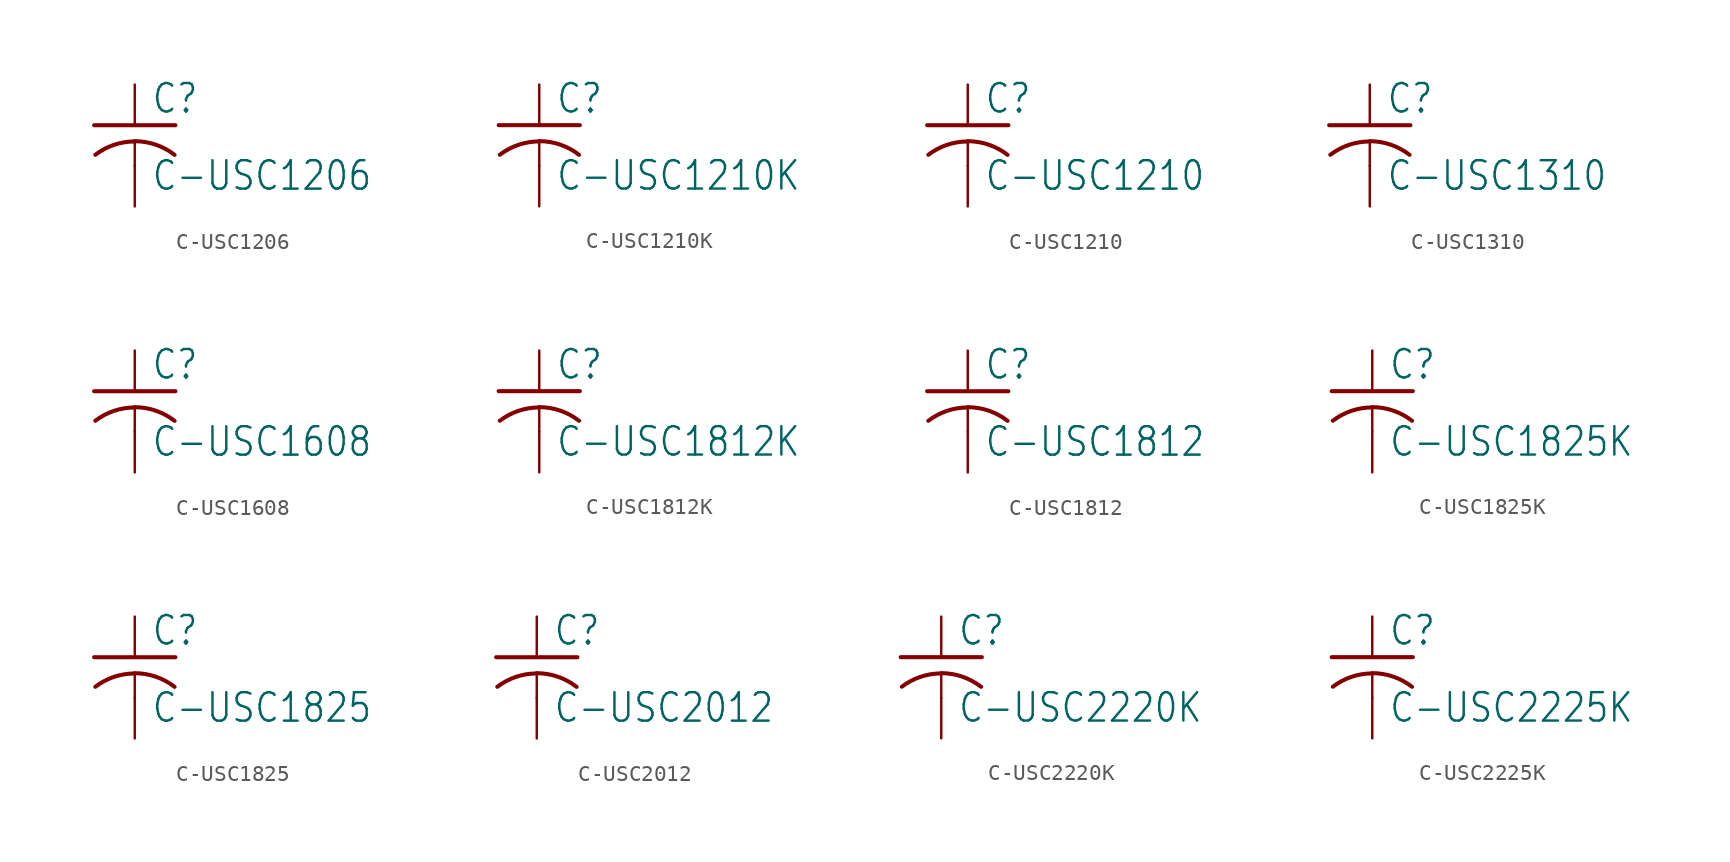
<source format=kicad_sym>
(kicad_symbol_lib
  (version 20211014)
  (generator kicad_symbol_editor)
  (symbol "C-USC1206"
    (property "Reference" "C"
      (at 1.016 0.635 0)
      (effects (font (size 1.778 1.511)) (justify left bottom)))
    (property "Value" "C-USC1206"
      (at 1.016 -4.191 0)
      (effects (font (size 1.778 1.511)) (justify left bottom)))
    (property "ki_locked" ""
      (at 0 0 0)
      (effects (font (size 1.27 1.27))))
    (symbol "C-USC1206_1_0"
      (arc (start 0 -1.0161) (mid -1.302 -1.2303) (end -2.4668 -1.8504) (stroke (width 0.254) (type default) (color 0 0 0 0)) (fill (type none)))
      (polyline (pts (xy -2.54 0) (xy 2.54 0)) (stroke (width 0.254) (type default) (color 0 0 0 0)) (fill (type none)))
      (polyline (pts (xy 0 -1.016) (xy 0 -2.54)) (stroke (width 0.152) (type default) (color 0 0 0 0)) (fill (type none)))
      (polyline (pts (xy 0 -1.016) (xy 0 -1.016)) (stroke (width 0.152) (type default) (color 0 0 0 0)) (fill (type none)))
      (arc (start 2.4892 -1.8542) (mid 1.3158 -1.2195) (end 0 -1) (stroke (width 0.254) (type default) (color 0 0 0 0)) (fill (type none)))
      (pin passive line (at 0 2.54 270) (length 2.54) (name "1" (effects (font (size 0 0)))) (number "1" (effects (font (size 0 0)))))
      (pin passive line (at 0 -5.08 90) (length 2.54) (name "2" (effects (font (size 0 0)))) (number "2" (effects (font (size 0 0)))))))
  (symbol "C-USC1210K"
    (property "Reference" "C"
      (at 1.016 0.635 0)
      (effects (font (size 1.778 1.511)) (justify left bottom)))
    (property "Value" "C-USC1210K"
      (at 1.016 -4.191 0)
      (effects (font (size 1.778 1.511)) (justify left bottom)))
    (property "ki_locked" ""
      (at 0 0 0)
      (effects (font (size 1.27 1.27))))
    (symbol "C-USC1210K_1_0"
      (arc (start 0 -1.0161) (mid -1.302 -1.2303) (end -2.4668 -1.8504) (stroke (width 0.254) (type default) (color 0 0 0 0)) (fill (type none)))
      (polyline (pts (xy -2.54 0) (xy 2.54 0)) (stroke (width 0.254) (type default) (color 0 0 0 0)) (fill (type none)))
      (polyline (pts (xy 0 -1.016) (xy 0 -2.54)) (stroke (width 0.152) (type default) (color 0 0 0 0)) (fill (type none)))
      (polyline (pts (xy 0 -1.016) (xy 0 -1.016)) (stroke (width 0.152) (type default) (color 0 0 0 0)) (fill (type none)))
      (arc (start 2.4892 -1.8542) (mid 1.3158 -1.2195) (end 0 -1) (stroke (width 0.254) (type default) (color 0 0 0 0)) (fill (type none)))
      (pin passive line (at 0 2.54 270) (length 2.54) (name "1" (effects (font (size 0 0)))) (number "1" (effects (font (size 0 0)))))
      (pin passive line (at 0 -5.08 90) (length 2.54) (name "2" (effects (font (size 0 0)))) (number "2" (effects (font (size 0 0)))))))
  (symbol "C-USC1210"
    (property "Reference" "C"
      (at 1.016 0.635 0)
      (effects (font (size 1.778 1.511)) (justify left bottom)))
    (property "Value" "C-USC1210"
      (at 1.016 -4.191 0)
      (effects (font (size 1.778 1.511)) (justify left bottom)))
    (property "ki_locked" ""
      (at 0 0 0)
      (effects (font (size 1.27 1.27))))
    (symbol "C-USC1210_1_0"
      (arc (start 0 -1.0161) (mid -1.302 -1.2303) (end -2.4668 -1.8504) (stroke (width 0.254) (type default) (color 0 0 0 0)) (fill (type none)))
      (polyline (pts (xy -2.54 0) (xy 2.54 0)) (stroke (width 0.254) (type default) (color 0 0 0 0)) (fill (type none)))
      (polyline (pts (xy 0 -1.016) (xy 0 -2.54)) (stroke (width 0.152) (type default) (color 0 0 0 0)) (fill (type none)))
      (polyline (pts (xy 0 -1.016) (xy 0 -1.016)) (stroke (width 0.152) (type default) (color 0 0 0 0)) (fill (type none)))
      (arc (start 2.4892 -1.8542) (mid 1.3158 -1.2195) (end 0 -1) (stroke (width 0.254) (type default) (color 0 0 0 0)) (fill (type none)))
      (pin passive line (at 0 2.54 270) (length 2.54) (name "1" (effects (font (size 0 0)))) (number "1" (effects (font (size 0 0)))))
      (pin passive line (at 0 -5.08 90) (length 2.54) (name "2" (effects (font (size 0 0)))) (number "2" (effects (font (size 0 0)))))))
  (symbol "C-USC1310"
    (property "Reference" "C"
      (at 1.016 0.635 0)
      (effects (font (size 1.778 1.511)) (justify left bottom)))
    (property "Value" "C-USC1310"
      (at 1.016 -4.191 0)
      (effects (font (size 1.778 1.511)) (justify left bottom)))
    (property "ki_locked" ""
      (at 0 0 0)
      (effects (font (size 1.27 1.27))))
    (symbol "C-USC1310_1_0"
      (arc (start 0 -1.0161) (mid -1.302 -1.2303) (end -2.4668 -1.8504) (stroke (width 0.254) (type default) (color 0 0 0 0)) (fill (type none)))
      (polyline (pts (xy -2.54 0) (xy 2.54 0)) (stroke (width 0.254) (type default) (color 0 0 0 0)) (fill (type none)))
      (polyline (pts (xy 0 -1.016) (xy 0 -2.54)) (stroke (width 0.152) (type default) (color 0 0 0 0)) (fill (type none)))
      (polyline (pts (xy 0 -1.016) (xy 0 -1.016)) (stroke (width 0.152) (type default) (color 0 0 0 0)) (fill (type none)))
      (arc (start 2.4892 -1.8542) (mid 1.3158 -1.2195) (end 0 -1) (stroke (width 0.254) (type default) (color 0 0 0 0)) (fill (type none)))
      (pin passive line (at 0 2.54 270) (length 2.54) (name "1" (effects (font (size 0 0)))) (number "1" (effects (font (size 0 0)))))
      (pin passive line (at 0 -5.08 90) (length 2.54) (name "2" (effects (font (size 0 0)))) (number "2" (effects (font (size 0 0)))))))
  (symbol "C-USC1608"
    (property "Reference" "C"
      (at 1.016 0.635 0)
      (effects (font (size 1.778 1.511)) (justify left bottom)))
    (property "Value" "C-USC1608"
      (at 1.016 -4.191 0)
      (effects (font (size 1.778 1.511)) (justify left bottom)))
    (property "ki_locked" ""
      (at 0 0 0)
      (effects (font (size 1.27 1.27))))
    (symbol "C-USC1608_1_0"
      (arc (start 0 -1.0161) (mid -1.302 -1.2303) (end -2.4668 -1.8504) (stroke (width 0.254) (type default) (color 0 0 0 0)) (fill (type none)))
      (polyline (pts (xy -2.54 0) (xy 2.54 0)) (stroke (width 0.254) (type default) (color 0 0 0 0)) (fill (type none)))
      (polyline (pts (xy 0 -1.016) (xy 0 -2.54)) (stroke (width 0.152) (type default) (color 0 0 0 0)) (fill (type none)))
      (polyline (pts (xy 0 -1.016) (xy 0 -1.016)) (stroke (width 0.152) (type default) (color 0 0 0 0)) (fill (type none)))
      (arc (start 2.4892 -1.8542) (mid 1.3158 -1.2195) (end 0 -1) (stroke (width 0.254) (type default) (color 0 0 0 0)) (fill (type none)))
      (pin passive line (at 0 2.54 270) (length 2.54) (name "1" (effects (font (size 0 0)))) (number "1" (effects (font (size 0 0)))))
      (pin passive line (at 0 -5.08 90) (length 2.54) (name "2" (effects (font (size 0 0)))) (number "2" (effects (font (size 0 0)))))))
  (symbol "C-USC1812K"
    (property "Reference" "C"
      (at 1.016 0.635 0)
      (effects (font (size 1.778 1.511)) (justify left bottom)))
    (property "Value" "C-USC1812K"
      (at 1.016 -4.191 0)
      (effects (font (size 1.778 1.511)) (justify left bottom)))
    (property "ki_locked" ""
      (at 0 0 0)
      (effects (font (size 1.27 1.27))))
    (symbol "C-USC1812K_1_0"
      (arc (start 0 -1.0161) (mid -1.302 -1.2303) (end -2.4668 -1.8504) (stroke (width 0.254) (type default) (color 0 0 0 0)) (fill (type none)))
      (polyline (pts (xy -2.54 0) (xy 2.54 0)) (stroke (width 0.254) (type default) (color 0 0 0 0)) (fill (type none)))
      (polyline (pts (xy 0 -1.016) (xy 0 -2.54)) (stroke (width 0.152) (type default) (color 0 0 0 0)) (fill (type none)))
      (polyline (pts (xy 0 -1.016) (xy 0 -1.016)) (stroke (width 0.152) (type default) (color 0 0 0 0)) (fill (type none)))
      (arc (start 2.4892 -1.8542) (mid 1.3158 -1.2195) (end 0 -1) (stroke (width 0.254) (type default) (color 0 0 0 0)) (fill (type none)))
      (pin passive line (at 0 2.54 270) (length 2.54) (name "1" (effects (font (size 0 0)))) (number "1" (effects (font (size 0 0)))))
      (pin passive line (at 0 -5.08 90) (length 2.54) (name "2" (effects (font (size 0 0)))) (number "2" (effects (font (size 0 0)))))))
  (symbol "C-USC1812"
    (property "Reference" "C"
      (at 1.016 0.635 0)
      (effects (font (size 1.778 1.511)) (justify left bottom)))
    (property "Value" "C-USC1812"
      (at 1.016 -4.191 0)
      (effects (font (size 1.778 1.511)) (justify left bottom)))
    (property "ki_locked" ""
      (at 0 0 0)
      (effects (font (size 1.27 1.27))))
    (symbol "C-USC1812_1_0"
      (arc (start 0 -1.0161) (mid -1.302 -1.2303) (end -2.4668 -1.8504) (stroke (width 0.254) (type default) (color 0 0 0 0)) (fill (type none)))
      (polyline (pts (xy -2.54 0) (xy 2.54 0)) (stroke (width 0.254) (type default) (color 0 0 0 0)) (fill (type none)))
      (polyline (pts (xy 0 -1.016) (xy 0 -2.54)) (stroke (width 0.152) (type default) (color 0 0 0 0)) (fill (type none)))
      (polyline (pts (xy 0 -1.016) (xy 0 -1.016)) (stroke (width 0.152) (type default) (color 0 0 0 0)) (fill (type none)))
      (arc (start 2.4892 -1.8542) (mid 1.3158 -1.2195) (end 0 -1) (stroke (width 0.254) (type default) (color 0 0 0 0)) (fill (type none)))
      (pin passive line (at 0 2.54 270) (length 2.54) (name "1" (effects (font (size 0 0)))) (number "1" (effects (font (size 0 0)))))
      (pin passive line (at 0 -5.08 90) (length 2.54) (name "2" (effects (font (size 0 0)))) (number "2" (effects (font (size 0 0)))))))
  (symbol "C-USC1825K"
    (property "Reference" "C"
      (at 1.016 0.635 0)
      (effects (font (size 1.778 1.511)) (justify left bottom)))
    (property "Value" "C-USC1825K"
      (at 1.016 -4.191 0)
      (effects (font (size 1.778 1.511)) (justify left bottom)))
    (property "ki_locked" ""
      (at 0 0 0)
      (effects (font (size 1.27 1.27))))
    (symbol "C-USC1825K_1_0"
      (arc (start 0 -1.0161) (mid -1.302 -1.2303) (end -2.4668 -1.8504) (stroke (width 0.254) (type default) (color 0 0 0 0)) (fill (type none)))
      (polyline (pts (xy -2.54 0) (xy 2.54 0)) (stroke (width 0.254) (type default) (color 0 0 0 0)) (fill (type none)))
      (polyline (pts (xy 0 -1.016) (xy 0 -2.54)) (stroke (width 0.152) (type default) (color 0 0 0 0)) (fill (type none)))
      (polyline (pts (xy 0 -1.016) (xy 0 -1.016)) (stroke (width 0.152) (type default) (color 0 0 0 0)) (fill (type none)))
      (arc (start 2.4892 -1.8542) (mid 1.3158 -1.2195) (end 0 -1) (stroke (width 0.254) (type default) (color 0 0 0 0)) (fill (type none)))
      (pin passive line (at 0 2.54 270) (length 2.54) (name "1" (effects (font (size 0 0)))) (number "1" (effects (font (size 0 0)))))
      (pin passive line (at 0 -5.08 90) (length 2.54) (name "2" (effects (font (size 0 0)))) (number "2" (effects (font (size 0 0)))))))
  (symbol "C-USC1825"
    (property "Reference" "C"
      (at 1.016 0.635 0)
      (effects (font (size 1.778 1.511)) (justify left bottom)))
    (property "Value" "C-USC1825"
      (at 1.016 -4.191 0)
      (effects (font (size 1.778 1.511)) (justify left bottom)))
    (property "ki_locked" ""
      (at 0 0 0)
      (effects (font (size 1.27 1.27))))
    (symbol "C-USC1825_1_0"
      (arc (start 0 -1.0161) (mid -1.302 -1.2303) (end -2.4668 -1.8504) (stroke (width 0.254) (type default) (color 0 0 0 0)) (fill (type none)))
      (polyline (pts (xy -2.54 0) (xy 2.54 0)) (stroke (width 0.254) (type default) (color 0 0 0 0)) (fill (type none)))
      (polyline (pts (xy 0 -1.016) (xy 0 -2.54)) (stroke (width 0.152) (type default) (color 0 0 0 0)) (fill (type none)))
      (polyline (pts (xy 0 -1.016) (xy 0 -1.016)) (stroke (width 0.152) (type default) (color 0 0 0 0)) (fill (type none)))
      (arc (start 2.4892 -1.8542) (mid 1.3158 -1.2195) (end 0 -1) (stroke (width 0.254) (type default) (color 0 0 0 0)) (fill (type none)))
      (pin passive line (at 0 2.54 270) (length 2.54) (name "1" (effects (font (size 0 0)))) (number "1" (effects (font (size 0 0)))))
      (pin passive line (at 0 -5.08 90) (length 2.54) (name "2" (effects (font (size 0 0)))) (number "2" (effects (font (size 0 0)))))))
  (symbol "C-USC2012"
    (property "Reference" "C"
      (at 1.016 0.635 0)
      (effects (font (size 1.778 1.511)) (justify left bottom)))
    (property "Value" "C-USC2012"
      (at 1.016 -4.191 0)
      (effects (font (size 1.778 1.511)) (justify left bottom)))
    (property "ki_locked" ""
      (at 0 0 0)
      (effects (font (size 1.27 1.27))))
    (symbol "C-USC2012_1_0"
      (arc (start 0 -1.0161) (mid -1.302 -1.2303) (end -2.4668 -1.8504) (stroke (width 0.254) (type default) (color 0 0 0 0)) (fill (type none)))
      (polyline (pts (xy -2.54 0) (xy 2.54 0)) (stroke (width 0.254) (type default) (color 0 0 0 0)) (fill (type none)))
      (polyline (pts (xy 0 -1.016) (xy 0 -2.54)) (stroke (width 0.152) (type default) (color 0 0 0 0)) (fill (type none)))
      (polyline (pts (xy 0 -1.016) (xy 0 -1.016)) (stroke (width 0.152) (type default) (color 0 0 0 0)) (fill (type none)))
      (arc (start 2.4892 -1.8542) (mid 1.3158 -1.2195) (end 0 -1) (stroke (width 0.254) (type default) (color 0 0 0 0)) (fill (type none)))
      (pin passive line (at 0 2.54 270) (length 2.54) (name "1" (effects (font (size 0 0)))) (number "1" (effects (font (size 0 0)))))
      (pin passive line (at 0 -5.08 90) (length 2.54) (name "2" (effects (font (size 0 0)))) (number "2" (effects (font (size 0 0)))))))
  (symbol "C-USC2220K"
    (property "Reference" "C"
      (at 1.016 0.635 0)
      (effects (font (size 1.778 1.511)) (justify left bottom)))
    (property "Value" "C-USC2220K"
      (at 1.016 -4.191 0)
      (effects (font (size 1.778 1.511)) (justify left bottom)))
    (property "ki_locked" ""
      (at 0 0 0)
      (effects (font (size 1.27 1.27))))
    (symbol "C-USC2220K_1_0"
      (arc (start 0 -1.0161) (mid -1.302 -1.2303) (end -2.4668 -1.8504) (stroke (width 0.254) (type default) (color 0 0 0 0)) (fill (type none)))
      (polyline (pts (xy -2.54 0) (xy 2.54 0)) (stroke (width 0.254) (type default) (color 0 0 0 0)) (fill (type none)))
      (polyline (pts (xy 0 -1.016) (xy 0 -2.54)) (stroke (width 0.152) (type default) (color 0 0 0 0)) (fill (type none)))
      (polyline (pts (xy 0 -1.016) (xy 0 -1.016)) (stroke (width 0.152) (type default) (color 0 0 0 0)) (fill (type none)))
      (arc (start 2.4892 -1.8542) (mid 1.3158 -1.2195) (end 0 -1) (stroke (width 0.254) (type default) (color 0 0 0 0)) (fill (type none)))
      (pin passive line (at 0 2.54 270) (length 2.54) (name "1" (effects (font (size 0 0)))) (number "1" (effects (font (size 0 0)))))
      (pin passive line (at 0 -5.08 90) (length 2.54) (name "2" (effects (font (size 0 0)))) (number "2" (effects (font (size 0 0)))))))
  (symbol "C-USC2225K"
    (property "Reference" "C"
      (at 1.016 0.635 0)
      (effects (font (size 1.778 1.511)) (justify left bottom)))
    (property "Value" "C-USC2225K"
      (at 1.016 -4.191 0)
      (effects (font (size 1.778 1.511)) (justify left bottom)))
    (property "ki_locked" ""
      (at 0 0 0)
      (effects (font (size 1.27 1.27))))
    (symbol "C-USC2225K_1_0"
      (arc (start 0 -1.0161) (mid -1.302 -1.2303) (end -2.4668 -1.8504) (stroke (width 0.254) (type default) (color 0 0 0 0)) (fill (type none)))
      (polyline (pts (xy -2.54 0) (xy 2.54 0)) (stroke (width 0.254) (type default) (color 0 0 0 0)) (fill (type none)))
      (polyline (pts (xy 0 -1.016) (xy 0 -2.54)) (stroke (width 0.152) (type default) (color 0 0 0 0)) (fill (type none)))
      (polyline (pts (xy 0 -1.016) (xy 0 -1.016)) (stroke (width 0.152) (type default) (color 0 0 0 0)) (fill (type none)))
      (arc (start 2.4892 -1.8542) (mid 1.3158 -1.2195) (end 0 -1) (stroke (width 0.254) (type default) (color 0 0 0 0)) (fill (type none)))
      (pin passive line (at 0 2.54 270) (length 2.54) (name "1" (effects (font (size 0 0)))) (number "1" (effects (font (size 0 0)))))
      (pin passive line (at 0 -5.08 90) (length 2.54) (name "2" (effects (font (size 0 0)))) (number "2" (effects (font (size 0 0))))))))
</source>
